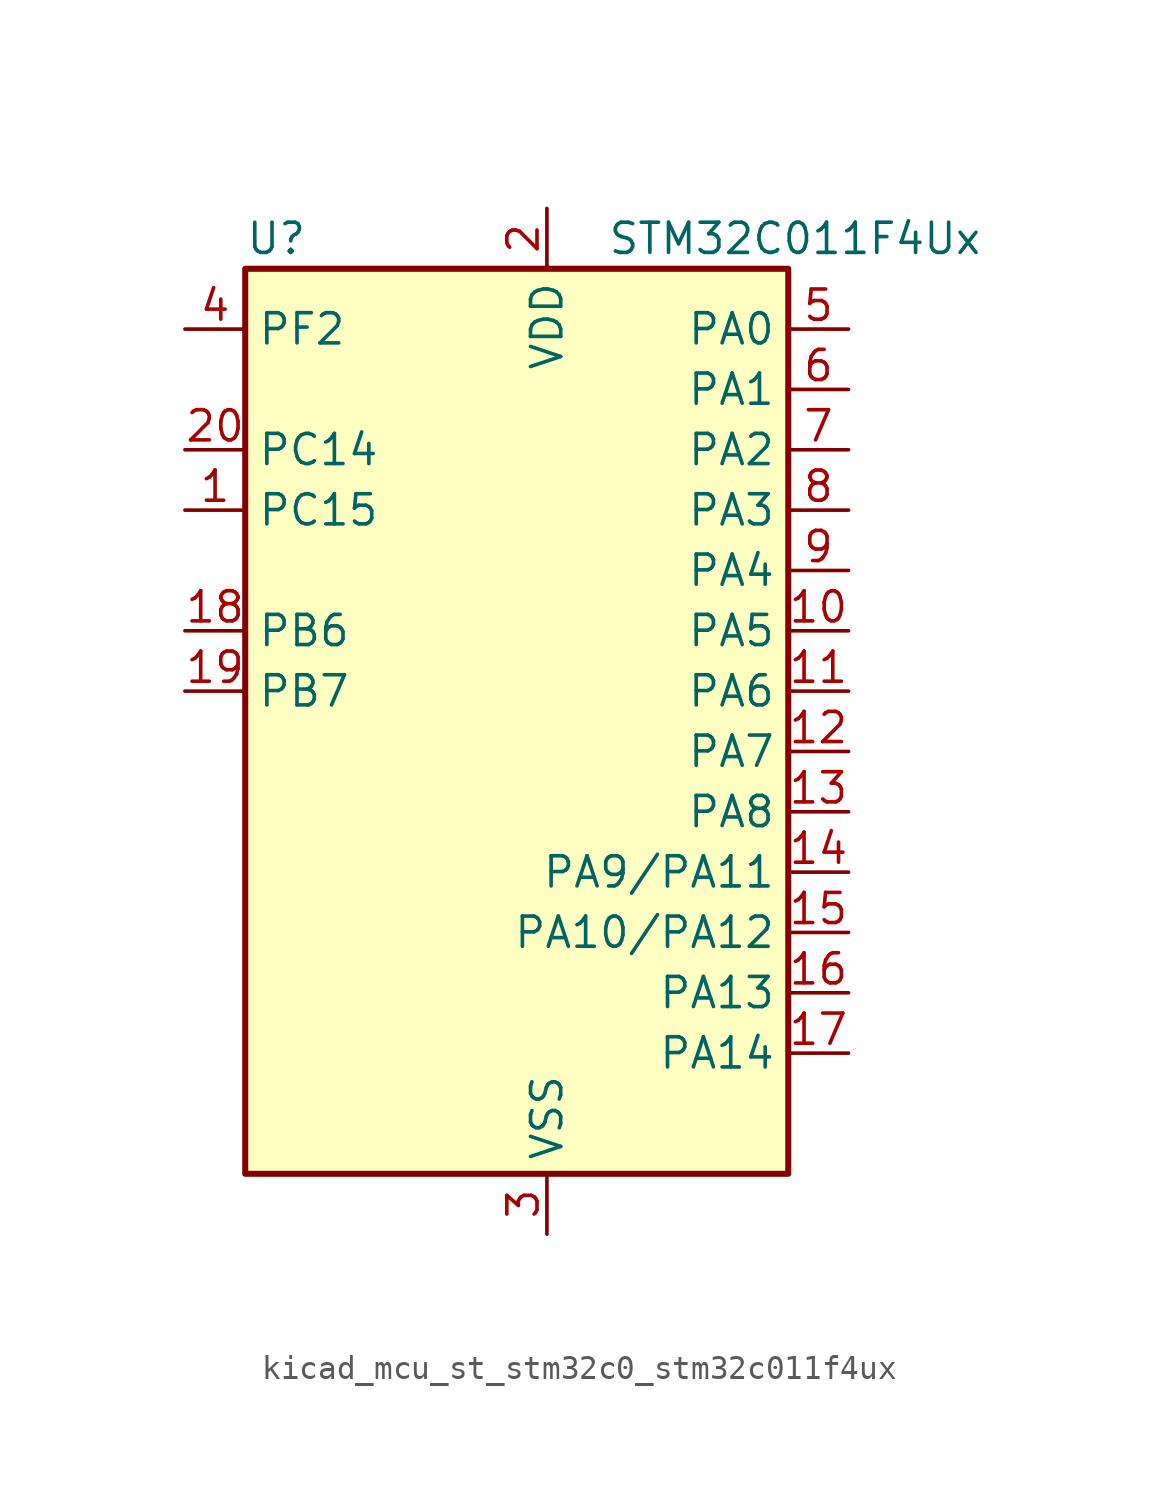
<source format=kicad_sym>
(kicad_symbol_lib
  (version 20220914)
  (generator kicad_symbol_editor)
  (symbol "kicad_mcu_st_stm32c0_stm32c011f4ux"
    (property "Reference" "U"
      (at -10.16 21.59 0)
      (effects (font (size 1.27 1.27)) (justify left)))
    (property "Value" "STM32C011F4Ux"
      (at 5.08 21.59 0)
      (effects (font (size 1.27 1.27)) (justify left)))
    (property "ki_locked" ""
      (at 0 0 0)
      (effects (font (size 1.27 1.27))))
    (symbol "kicad_mcu_st_stm32c0_stm32c011f4ux_0_1"
      (rectangle (start -10.16 -17.78) (end 12.7 20.32) (stroke (width 0.254) (type default)) (fill (type background))))
    (symbol "kicad_mcu_st_stm32c0_stm32c011f4ux_1_1"
      (pin bidirectional line (at -12.7 10.16 0) (length 2.54) (name "PC15" (effects (font (size 1.27 1.27)))) (number "1" (effects (font (size 1.27 1.27)))) (alternate "RCC_OSC32_EN" bidirectional line) (alternate "RCC_OSCX_OUT" bidirectional line) (alternate "RCC_OSC_EN" bidirectional line) (alternate "TIM1_ETR" bidirectional line) (alternate "TIM3_CH3" bidirectional line))
      (pin bidirectional line (at 15.24 5.08 180) (length 2.54) (name "PA5" (effects (font (size 1.27 1.27)))) (number "10" (effects (font (size 1.27 1.27)))) (alternate "ADC1_IN5" bidirectional line) (alternate "I2S1_CK" bidirectional line) (alternate "SPI1_SCK" bidirectional line) (alternate "TIM1_CH1" bidirectional line) (alternate "TIM1_CH3N" bidirectional line) (alternate "USART2_RX" bidirectional line))
      (pin bidirectional line (at 15.24 2.54 180) (length 2.54) (name "PA6" (effects (font (size 1.27 1.27)))) (number "11" (effects (font (size 1.27 1.27)))) (alternate "ADC1_IN6" bidirectional line) (alternate "I2S1_MCK" bidirectional line) (alternate "SPI1_MISO" bidirectional line) (alternate "TIM16_CH1" bidirectional line) (alternate "TIM1_BKIN" bidirectional line) (alternate "TIM3_CH1" bidirectional line))
      (pin bidirectional line (at 15.24 0 180) (length 2.54) (name "PA7" (effects (font (size 1.27 1.27)))) (number "12" (effects (font (size 1.27 1.27)))) (alternate "ADC1_IN7" bidirectional line) (alternate "I2S1_SD" bidirectional line) (alternate "SPI1_MOSI" bidirectional line) (alternate "TIM14_CH1" bidirectional line) (alternate "TIM17_CH1" bidirectional line) (alternate "TIM1_CH1N" bidirectional line) (alternate "TIM3_CH2" bidirectional line))
      (pin bidirectional line (at 15.24 -2.54 180) (length 2.54) (name "PA8" (effects (font (size 1.27 1.27)))) (number "13" (effects (font (size 1.27 1.27)))) (alternate "ADC1_IN8" bidirectional line) (alternate "I2S1_WS" bidirectional line) (alternate "RCC_MCO" bidirectional line) (alternate "RCC_MCO_2" bidirectional line) (alternate "SPI1_NSS" bidirectional line) (alternate "TIM14_CH1" bidirectional line) (alternate "TIM1_CH1" bidirectional line) (alternate "TIM1_CH2N" bidirectional line) (alternate "TIM1_CH3N" bidirectional line) (alternate "TIM3_CH3" bidirectional line) (alternate "TIM3_CH4" bidirectional line) (alternate "USART1_RX" bidirectional line) (alternate "USART2_TX" bidirectional line))
      (pin bidirectional line (at 15.24 -5.08 180) (length 2.54) (name "PA9/PA11" (effects (font (size 1.27 1.27)))) (number "14" (effects (font (size 1.27 1.27)))) (alternate "I2C1_SCL" bidirectional line) (alternate "RCC_MCO" bidirectional line) (alternate "TIM1_CH2" bidirectional line) (alternate "TIM3_ETR" bidirectional line) (alternate "USART1_TX" bidirectional line))
      (pin bidirectional line (at 15.24 -7.62 180) (length 2.54) (name "PA10/PA12" (effects (font (size 1.27 1.27)))) (number "15" (effects (font (size 1.27 1.27)))) (alternate "I2C1_SDA" bidirectional line) (alternate "RCC_MCO_2" bidirectional line) (alternate "TIM17_BKIN" bidirectional line) (alternate "TIM1_CH3" bidirectional line) (alternate "USART1_RX" bidirectional line))
      (pin bidirectional line (at 15.24 -10.16 180) (length 2.54) (name "PA13" (effects (font (size 1.27 1.27)))) (number "16" (effects (font (size 1.27 1.27)))) (alternate "ADC1_IN13" bidirectional line) (alternate "DEBUG_SWDIO" bidirectional line) (alternate "IR_OUT" bidirectional line) (alternate "TIM3_ETR" bidirectional line) (alternate "USART2_RX" bidirectional line))
      (pin bidirectional line (at 15.24 -12.7 180) (length 2.54) (name "PA14" (effects (font (size 1.27 1.27)))) (number "17" (effects (font (size 1.27 1.27)))) (alternate "ADC1_IN14" bidirectional line) (alternate "DEBUG_SWCLK" bidirectional line) (alternate "I2S1_WS" bidirectional line) (alternate "RCC_MCO_2" bidirectional line) (alternate "SPI1_NSS" bidirectional line) (alternate "TIM1_CH1" bidirectional line) (alternate "USART1_CK" bidirectional line) (alternate "USART1_DE" bidirectional line) (alternate "USART1_RTS" bidirectional line) (alternate "USART2_RX" bidirectional line) (alternate "USART2_TX" bidirectional line))
      (pin bidirectional line (at -12.7 5.08 0) (length 2.54) (name "PB6" (effects (font (size 1.27 1.27)))) (number "18" (effects (font (size 1.27 1.27)))) (alternate "I2C1_SCL" bidirectional line) (alternate "I2C1_SMBA" bidirectional line) (alternate "I2S1_CK" bidirectional line) (alternate "I2S1_MCK" bidirectional line) (alternate "I2S1_SD" bidirectional line) (alternate "PWR_WKUP3" bidirectional line) (alternate "SPI1_MISO" bidirectional line) (alternate "SPI1_MOSI" bidirectional line) (alternate "SPI1_SCK" bidirectional line) (alternate "TIM16_BKIN" bidirectional line) (alternate "TIM16_CH1N" bidirectional line) (alternate "TIM17_BKIN" bidirectional line) (alternate "TIM1_CH2" bidirectional line) (alternate "TIM1_CH3" bidirectional line) (alternate "TIM3_CH1" bidirectional line) (alternate "TIM3_CH2" bidirectional line) (alternate "TIM3_CH3" bidirectional line) (alternate "USART1_CK" bidirectional line) (alternate "USART1_CTS" bidirectional line) (alternate "USART1_DE" bidirectional line) (alternate "USART1_NSS" bidirectional line) (alternate "USART1_RTS" bidirectional line) (alternate "USART1_TX" bidirectional line))
      (pin bidirectional line (at -12.7 2.54 0) (length 2.54) (name "PB7" (effects (font (size 1.27 1.27)))) (number "19" (effects (font (size 1.27 1.27)))) (alternate "I2C1_SCL" bidirectional line) (alternate "I2C1_SDA" bidirectional line) (alternate "RTC_REFIN" bidirectional line) (alternate "TIM16_CH1" bidirectional line) (alternate "TIM17_CH1N" bidirectional line) (alternate "TIM1_CH4" bidirectional line) (alternate "TIM3_CH1" bidirectional line) (alternate "TIM3_CH4" bidirectional line) (alternate "USART1_RX" bidirectional line) (alternate "USART2_CTS" bidirectional line) (alternate "USART2_NSS" bidirectional line))
      (pin power_in line (at 2.54 22.86 270) (length 2.54) (name "VDD" (effects (font (size 1.27 1.27)))) (number "2" (effects (font (size 1.27 1.27)))))
      (pin bidirectional line (at -12.7 12.7 0) (length 2.54) (name "PC14" (effects (font (size 1.27 1.27)))) (number "20" (effects (font (size 1.27 1.27)))) (alternate "I2C1_SDA" bidirectional line) (alternate "IR_OUT" bidirectional line) (alternate "RCC_OSCX_IN" bidirectional line) (alternate "TIM17_CH1" bidirectional line) (alternate "TIM1_BKIN2" bidirectional line) (alternate "TIM1_ETR" bidirectional line) (alternate "TIM3_CH2" bidirectional line) (alternate "USART1_TX" bidirectional line) (alternate "USART2_CK" bidirectional line) (alternate "USART2_DE" bidirectional line) (alternate "USART2_RTS" bidirectional line))
      (pin power_in line (at 2.54 -20.32 90) (length 2.54) (name "VSS" (effects (font (size 1.27 1.27)))) (number "3" (effects (font (size 1.27 1.27)))))
      (pin bidirectional line (at -12.7 17.78 0) (length 2.54) (name "PF2" (effects (font (size 1.27 1.27)))) (number "4" (effects (font (size 1.27 1.27)))) (alternate "RCC_MCO" bidirectional line) (alternate "TIM1_CH4" bidirectional line))
      (pin bidirectional line (at 15.24 17.78 180) (length 2.54) (name "PA0" (effects (font (size 1.27 1.27)))) (number "5" (effects (font (size 1.27 1.27)))) (alternate "ADC1_IN0" bidirectional line) (alternate "PWR_WKUP1" bidirectional line) (alternate "TIM16_CH1" bidirectional line) (alternate "TIM1_CH1" bidirectional line) (alternate "USART1_TX" bidirectional line) (alternate "USART2_CTS" bidirectional line) (alternate "USART2_NSS" bidirectional line))
      (pin bidirectional line (at 15.24 15.24 180) (length 2.54) (name "PA1" (effects (font (size 1.27 1.27)))) (number "6" (effects (font (size 1.27 1.27)))) (alternate "ADC1_IN1" bidirectional line) (alternate "I2C1_SMBA" bidirectional line) (alternate "I2S1_CK" bidirectional line) (alternate "SPI1_SCK" bidirectional line) (alternate "TIM17_CH1" bidirectional line) (alternate "TIM1_CH2" bidirectional line) (alternate "USART1_RX" bidirectional line) (alternate "USART2_CK" bidirectional line) (alternate "USART2_DE" bidirectional line) (alternate "USART2_RTS" bidirectional line))
      (pin bidirectional line (at 15.24 12.7 180) (length 2.54) (name "PA2" (effects (font (size 1.27 1.27)))) (number "7" (effects (font (size 1.27 1.27)))) (alternate "ADC1_IN2" bidirectional line) (alternate "I2S1_SD" bidirectional line) (alternate "PWR_WKUP4" bidirectional line) (alternate "RCC_LSCO" bidirectional line) (alternate "SPI1_MOSI" bidirectional line) (alternate "TIM16_CH1N" bidirectional line) (alternate "TIM1_CH3" bidirectional line) (alternate "TIM3_ETR" bidirectional line) (alternate "USART2_TX" bidirectional line))
      (pin bidirectional line (at 15.24 10.16 180) (length 2.54) (name "PA3" (effects (font (size 1.27 1.27)))) (number "8" (effects (font (size 1.27 1.27)))) (alternate "ADC1_IN3" bidirectional line) (alternate "TIM1_CH1N" bidirectional line) (alternate "TIM1_CH4" bidirectional line) (alternate "USART2_RX" bidirectional line))
      (pin bidirectional line (at 15.24 7.62 180) (length 2.54) (name "PA4" (effects (font (size 1.27 1.27)))) (number "9" (effects (font (size 1.27 1.27)))) (alternate "ADC1_IN4" bidirectional line) (alternate "I2S1_WS" bidirectional line) (alternate "PWR_WKUP2" bidirectional line) (alternate "RTC_OUT1" bidirectional line) (alternate "RTC_TS" bidirectional line) (alternate "SPI1_NSS" bidirectional line) (alternate "TIM14_CH1" bidirectional line) (alternate "TIM17_CH1N" bidirectional line) (alternate "TIM1_CH2N" bidirectional line) (alternate "USART2_TX" bidirectional line)))))
</source>
